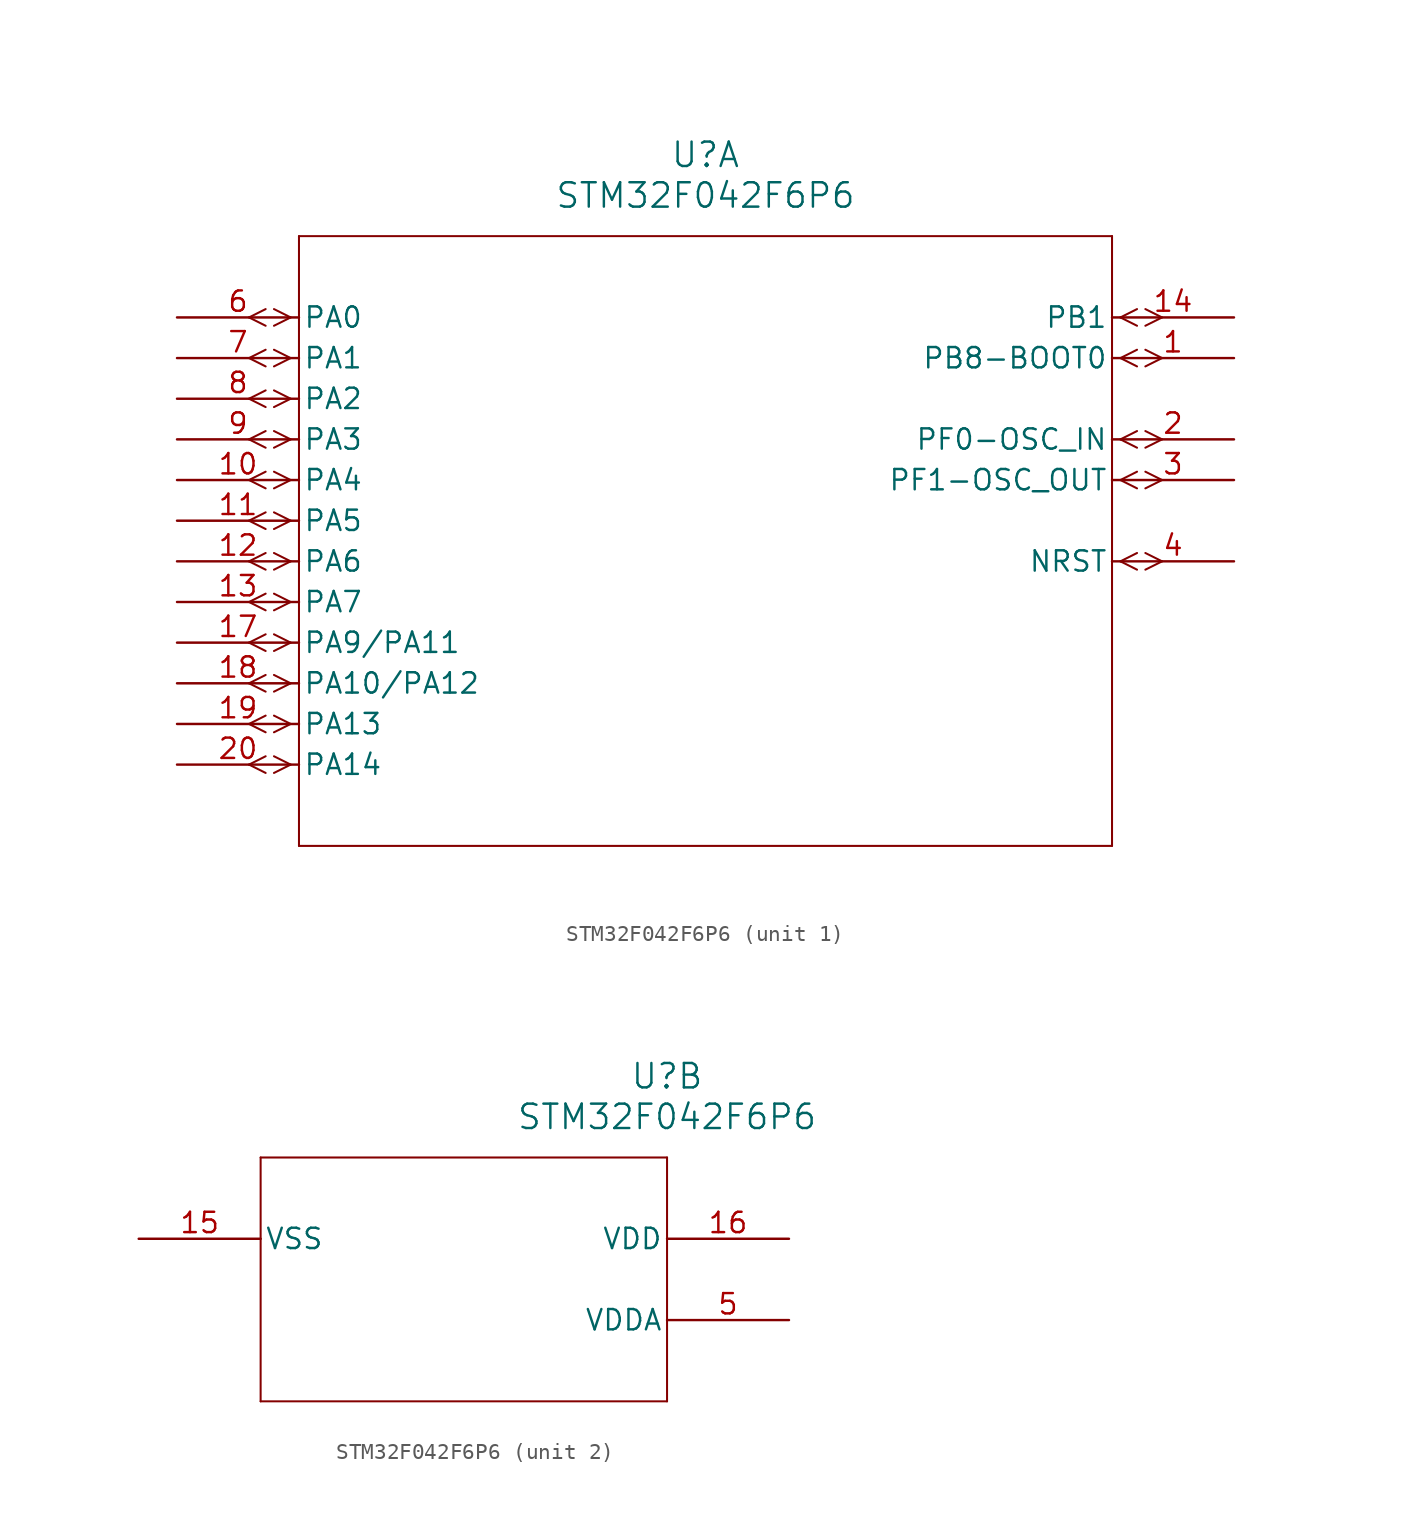
<source format=kicad_sym>
(kicad_symbol_lib
  (version 20211014)
  (generator kicad_symbol_editor)
  (symbol "STM32F042F6P6"
    (pin_names
      (offset 0.254))
    (property "Reference" "U"
      (at 33.02 10.16 0)
      (effects (font (size 1.524 1.524))))
    (property "Value" "STM32F042F6P6"
      (at 33.02 7.62 0)
      (effects (font (size 1.524 1.524))))
    (symbol "STM32F042F6P6_1_1"
      (polyline (pts (xy 7.099 0) (xy 6.058 0.521)) (stroke (width 0.127) (type default) (color 0 0 0 0)) (fill (type none)))
      (polyline (pts (xy 7.099 0) (xy 6.058 -0.521)) (stroke (width 0.127) (type default) (color 0 0 0 0)) (fill (type none)))
      (polyline (pts (xy 5.537 0.521) (xy 4.496 0)) (stroke (width 0.127) (type default) (color 0 0 0 0)) (fill (type none)))
      (polyline (pts (xy 5.537 -0.521) (xy 4.496 0)) (stroke (width 0.127) (type default) (color 0 0 0 0)) (fill (type none)))
      (polyline (pts (xy 7.099 -2.54) (xy 6.058 -2.019)) (stroke (width 0.127) (type default) (color 0 0 0 0)) (fill (type none)))
      (polyline (pts (xy 7.099 -2.54) (xy 6.058 -3.061)) (stroke (width 0.127) (type default) (color 0 0 0 0)) (fill (type none)))
      (polyline (pts (xy 5.537 -2.019) (xy 4.496 -2.54)) (stroke (width 0.127) (type default) (color 0 0 0 0)) (fill (type none)))
      (polyline (pts (xy 5.537 -3.061) (xy 4.496 -2.54)) (stroke (width 0.127) (type default) (color 0 0 0 0)) (fill (type none)))
      (polyline (pts (xy 7.099 -5.08) (xy 6.058 -4.559)) (stroke (width 0.127) (type default) (color 0 0 0 0)) (fill (type none)))
      (polyline (pts (xy 7.099 -5.08) (xy 6.058 -5.601)) (stroke (width 0.127) (type default) (color 0 0 0 0)) (fill (type none)))
      (polyline (pts (xy 5.537 -4.559) (xy 4.496 -5.08)) (stroke (width 0.127) (type default) (color 0 0 0 0)) (fill (type none)))
      (polyline (pts (xy 5.537 -5.601) (xy 4.496 -5.08)) (stroke (width 0.127) (type default) (color 0 0 0 0)) (fill (type none)))
      (polyline (pts (xy 7.099 -7.62) (xy 6.058 -7.099)) (stroke (width 0.127) (type default) (color 0 0 0 0)) (fill (type none)))
      (polyline (pts (xy 7.099 -7.62) (xy 6.058 -8.141)) (stroke (width 0.127) (type default) (color 0 0 0 0)) (fill (type none)))
      (polyline (pts (xy 5.537 -7.099) (xy 4.496 -7.62)) (stroke (width 0.127) (type default) (color 0 0 0 0)) (fill (type none)))
      (polyline (pts (xy 5.537 -8.141) (xy 4.496 -7.62)) (stroke (width 0.127) (type default) (color 0 0 0 0)) (fill (type none)))
      (polyline (pts (xy 7.099 -10.16) (xy 6.058 -9.639)) (stroke (width 0.127) (type default) (color 0 0 0 0)) (fill (type none)))
      (polyline (pts (xy 7.099 -10.16) (xy 6.058 -10.681)) (stroke (width 0.127) (type default) (color 0 0 0 0)) (fill (type none)))
      (polyline (pts (xy 5.537 -9.639) (xy 4.496 -10.16)) (stroke (width 0.127) (type default) (color 0 0 0 0)) (fill (type none)))
      (polyline (pts (xy 5.537 -10.681) (xy 4.496 -10.16)) (stroke (width 0.127) (type default) (color 0 0 0 0)) (fill (type none)))
      (polyline (pts (xy 7.099 -12.7) (xy 6.058 -12.179)) (stroke (width 0.127) (type default) (color 0 0 0 0)) (fill (type none)))
      (polyline (pts (xy 7.099 -12.7) (xy 6.058 -13.221)) (stroke (width 0.127) (type default) (color 0 0 0 0)) (fill (type none)))
      (polyline (pts (xy 5.537 -12.179) (xy 4.496 -12.7)) (stroke (width 0.127) (type default) (color 0 0 0 0)) (fill (type none)))
      (polyline (pts (xy 5.537 -13.221) (xy 4.496 -12.7)) (stroke (width 0.127) (type default) (color 0 0 0 0)) (fill (type none)))
      (polyline (pts (xy 7.099 -15.24) (xy 6.058 -14.719)) (stroke (width 0.127) (type default) (color 0 0 0 0)) (fill (type none)))
      (polyline (pts (xy 7.099 -15.24) (xy 6.058 -15.761)) (stroke (width 0.127) (type default) (color 0 0 0 0)) (fill (type none)))
      (polyline (pts (xy 5.537 -14.719) (xy 4.496 -15.24)) (stroke (width 0.127) (type default) (color 0 0 0 0)) (fill (type none)))
      (polyline (pts (xy 5.537 -15.761) (xy 4.496 -15.24)) (stroke (width 0.127) (type default) (color 0 0 0 0)) (fill (type none)))
      (polyline (pts (xy 7.099 -17.78) (xy 6.058 -17.259)) (stroke (width 0.127) (type default) (color 0 0 0 0)) (fill (type none)))
      (polyline (pts (xy 7.099 -17.78) (xy 6.058 -18.301)) (stroke (width 0.127) (type default) (color 0 0 0 0)) (fill (type none)))
      (polyline (pts (xy 5.537 -17.259) (xy 4.496 -17.78)) (stroke (width 0.127) (type default) (color 0 0 0 0)) (fill (type none)))
      (polyline (pts (xy 5.537 -18.301) (xy 4.496 -17.78)) (stroke (width 0.127) (type default) (color 0 0 0 0)) (fill (type none)))
      (polyline (pts (xy 7.099 -20.32) (xy 6.058 -19.799)) (stroke (width 0.127) (type default) (color 0 0 0 0)) (fill (type none)))
      (polyline (pts (xy 7.099 -20.32) (xy 6.058 -20.841)) (stroke (width 0.127) (type default) (color 0 0 0 0)) (fill (type none)))
      (polyline (pts (xy 5.537 -19.799) (xy 4.496 -20.32)) (stroke (width 0.127) (type default) (color 0 0 0 0)) (fill (type none)))
      (polyline (pts (xy 5.537 -20.841) (xy 4.496 -20.32)) (stroke (width 0.127) (type default) (color 0 0 0 0)) (fill (type none)))
      (polyline (pts (xy 7.099 -22.86) (xy 6.058 -22.339)) (stroke (width 0.127) (type default) (color 0 0 0 0)) (fill (type none)))
      (polyline (pts (xy 7.099 -22.86) (xy 6.058 -23.381)) (stroke (width 0.127) (type default) (color 0 0 0 0)) (fill (type none)))
      (polyline (pts (xy 5.537 -22.339) (xy 4.496 -22.86)) (stroke (width 0.127) (type default) (color 0 0 0 0)) (fill (type none)))
      (polyline (pts (xy 5.537 -23.381) (xy 4.496 -22.86)) (stroke (width 0.127) (type default) (color 0 0 0 0)) (fill (type none)))
      (polyline (pts (xy 7.099 -25.4) (xy 6.058 -24.879)) (stroke (width 0.127) (type default) (color 0 0 0 0)) (fill (type none)))
      (polyline (pts (xy 7.099 -25.4) (xy 6.058 -25.921)) (stroke (width 0.127) (type default) (color 0 0 0 0)) (fill (type none)))
      (polyline (pts (xy 5.537 -24.879) (xy 4.496 -25.4)) (stroke (width 0.127) (type default) (color 0 0 0 0)) (fill (type none)))
      (polyline (pts (xy 5.537 -25.921) (xy 4.496 -25.4)) (stroke (width 0.127) (type default) (color 0 0 0 0)) (fill (type none)))
      (polyline (pts (xy 7.099 -27.94) (xy 6.058 -27.419)) (stroke (width 0.127) (type default) (color 0 0 0 0)) (fill (type none)))
      (polyline (pts (xy 7.099 -27.94) (xy 6.058 -28.461)) (stroke (width 0.127) (type default) (color 0 0 0 0)) (fill (type none)))
      (polyline (pts (xy 5.537 -27.419) (xy 4.496 -27.94)) (stroke (width 0.127) (type default) (color 0 0 0 0)) (fill (type none)))
      (polyline (pts (xy 5.537 -28.461) (xy 4.496 -27.94)) (stroke (width 0.127) (type default) (color 0 0 0 0)) (fill (type none)))
      (polyline (pts (xy 58.941 0) (xy 59.982 0.521)) (stroke (width 0.127) (type default) (color 0 0 0 0)) (fill (type none)))
      (polyline (pts (xy 58.941 0) (xy 59.982 -0.521)) (stroke (width 0.127) (type default) (color 0 0 0 0)) (fill (type none)))
      (polyline (pts (xy 60.503 0.521) (xy 61.544 0)) (stroke (width 0.127) (type default) (color 0 0 0 0)) (fill (type none)))
      (polyline (pts (xy 60.503 -0.521) (xy 61.544 0)) (stroke (width 0.127) (type default) (color 0 0 0 0)) (fill (type none)))
      (polyline (pts (xy 58.941 -2.54) (xy 59.982 -2.019)) (stroke (width 0.127) (type default) (color 0 0 0 0)) (fill (type none)))
      (polyline (pts (xy 58.941 -2.54) (xy 59.982 -3.061)) (stroke (width 0.127) (type default) (color 0 0 0 0)) (fill (type none)))
      (polyline (pts (xy 60.503 -2.019) (xy 61.544 -2.54)) (stroke (width 0.127) (type default) (color 0 0 0 0)) (fill (type none)))
      (polyline (pts (xy 60.503 -3.061) (xy 61.544 -2.54)) (stroke (width 0.127) (type default) (color 0 0 0 0)) (fill (type none)))
      (polyline (pts (xy 58.941 -7.62) (xy 59.982 -7.099)) (stroke (width 0.127) (type default) (color 0 0 0 0)) (fill (type none)))
      (polyline (pts (xy 58.941 -7.62) (xy 59.982 -8.141)) (stroke (width 0.127) (type default) (color 0 0 0 0)) (fill (type none)))
      (polyline (pts (xy 60.503 -7.099) (xy 61.544 -7.62)) (stroke (width 0.127) (type default) (color 0 0 0 0)) (fill (type none)))
      (polyline (pts (xy 60.503 -8.141) (xy 61.544 -7.62)) (stroke (width 0.127) (type default) (color 0 0 0 0)) (fill (type none)))
      (polyline (pts (xy 58.941 -10.16) (xy 59.982 -9.639)) (stroke (width 0.127) (type default) (color 0 0 0 0)) (fill (type none)))
      (polyline (pts (xy 58.941 -10.16) (xy 59.982 -10.681)) (stroke (width 0.127) (type default) (color 0 0 0 0)) (fill (type none)))
      (polyline (pts (xy 60.503 -9.639) (xy 61.544 -10.16)) (stroke (width 0.127) (type default) (color 0 0 0 0)) (fill (type none)))
      (polyline (pts (xy 60.503 -10.681) (xy 61.544 -10.16)) (stroke (width 0.127) (type default) (color 0 0 0 0)) (fill (type none)))
      (polyline (pts (xy 58.941 -15.24) (xy 59.982 -14.719)) (stroke (width 0.127) (type default) (color 0 0 0 0)) (fill (type none)))
      (polyline (pts (xy 58.941 -15.24) (xy 59.982 -15.761)) (stroke (width 0.127) (type default) (color 0 0 0 0)) (fill (type none)))
      (polyline (pts (xy 60.503 -14.719) (xy 61.544 -15.24)) (stroke (width 0.127) (type default) (color 0 0 0 0)) (fill (type none)))
      (polyline (pts (xy 60.503 -15.761) (xy 61.544 -15.24)) (stroke (width 0.127) (type default) (color 0 0 0 0)) (fill (type none)))
      (polyline (pts (xy 7.62 5.08) (xy 7.62 -33.02)) (stroke (width 0.127) (type default) (color 0 0 0 0)) (fill (type none)))
      (polyline (pts (xy 7.62 -33.02) (xy 58.42 -33.02)) (stroke (width 0.127) (type default) (color 0 0 0 0)) (fill (type none)))
      (polyline (pts (xy 58.42 -33.02) (xy 58.42 5.08)) (stroke (width 0.127) (type default) (color 0 0 0 0)) (fill (type none)))
      (polyline (pts (xy 58.42 5.08) (xy 7.62 5.08)) (stroke (width 0.127) (type default) (color 0 0 0 0)) (fill (type none)))
      (pin bidirectional line (at 66.04 -2.54 180) (length 7.62) (name "PB8-BOOT0" (effects (font (size 1.27 1.27)))) (number "1" (effects (font (size 1.27 1.27)))))
      (pin bidirectional line (at 66.04 -7.62 180) (length 7.62) (name "PF0-OSC_IN" (effects (font (size 1.27 1.27)))) (number "2" (effects (font (size 1.27 1.27)))))
      (pin bidirectional line (at 66.04 -10.16 180) (length 7.62) (name "PF1-OSC_OUT" (effects (font (size 1.27 1.27)))) (number "3" (effects (font (size 1.27 1.27)))))
      (pin bidirectional line (at 66.04 -15.24 180) (length 7.62) (name "NRST" (effects (font (size 1.27 1.27)))) (number "4" (effects (font (size 1.27 1.27)))))
      (pin bidirectional line (at 0 0 0) (length 7.62) (name "PA0" (effects (font (size 1.27 1.27)))) (number "6" (effects (font (size 1.27 1.27)))))
      (pin bidirectional line (at 0 -2.54 0) (length 7.62) (name "PA1" (effects (font (size 1.27 1.27)))) (number "7" (effects (font (size 1.27 1.27)))))
      (pin bidirectional line (at 0 -5.08 0) (length 7.62) (name "PA2" (effects (font (size 1.27 1.27)))) (number "8" (effects (font (size 1.27 1.27)))))
      (pin bidirectional line (at 0 -7.62 0) (length 7.62) (name "PA3" (effects (font (size 1.27 1.27)))) (number "9" (effects (font (size 1.27 1.27)))))
      (pin bidirectional line (at 0 -10.16 0) (length 7.62) (name "PA4" (effects (font (size 1.27 1.27)))) (number "10" (effects (font (size 1.27 1.27)))))
      (pin bidirectional line (at 0 -12.7 0) (length 7.62) (name "PA5" (effects (font (size 1.27 1.27)))) (number "11" (effects (font (size 1.27 1.27)))))
      (pin bidirectional line (at 0 -15.24 0) (length 7.62) (name "PA6" (effects (font (size 1.27 1.27)))) (number "12" (effects (font (size 1.27 1.27)))))
      (pin bidirectional line (at 0 -17.78 0) (length 7.62) (name "PA7" (effects (font (size 1.27 1.27)))) (number "13" (effects (font (size 1.27 1.27)))))
      (pin bidirectional line (at 66.04 0 180) (length 7.62) (name "PB1" (effects (font (size 1.27 1.27)))) (number "14" (effects (font (size 1.27 1.27)))))
      (pin bidirectional line (at 0 -20.32 0) (length 7.62) (name "PA9/PA11" (effects (font (size 1.27 1.27)))) (number "17" (effects (font (size 1.27 1.27)))))
      (pin bidirectional line (at 0 -22.86 0) (length 7.62) (name "PA10/PA12" (effects (font (size 1.27 1.27)))) (number "18" (effects (font (size 1.27 1.27)))))
      (pin bidirectional line (at 0 -25.4 0) (length 7.62) (name "PA13" (effects (font (size 1.27 1.27)))) (number "19" (effects (font (size 1.27 1.27)))))
      (pin bidirectional line (at 0 -27.94 0) (length 7.62) (name "PA14" (effects (font (size 1.27 1.27)))) (number "20" (effects (font (size 1.27 1.27))))))
    (symbol "STM32F042F6P6_2_1"
      (polyline (pts (xy 7.62 5.08) (xy 7.62 -10.16)) (stroke (width 0.127) (type default) (color 0 0 0 0)) (fill (type none)))
      (polyline (pts (xy 7.62 -10.16) (xy 33.02 -10.16)) (stroke (width 0.127) (type default) (color 0 0 0 0)) (fill (type none)))
      (polyline (pts (xy 33.02 -10.16) (xy 33.02 5.08)) (stroke (width 0.127) (type default) (color 0 0 0 0)) (fill (type none)))
      (polyline (pts (xy 33.02 5.08) (xy 7.62 5.08)) (stroke (width 0.127) (type default) (color 0 0 0 0)) (fill (type none)))
      (pin power_in line (at 40.64 -5.08 180) (length 7.62) (name "VDDA" (effects (font (size 1.27 1.27)))) (number "5" (effects (font (size 1.27 1.27)))))
      (pin power_in line (at 0 0 0) (length 7.62) (name "VSS" (effects (font (size 1.27 1.27)))) (number "15" (effects (font (size 1.27 1.27)))))
      (pin power_in line (at 40.64 0 180) (length 7.62) (name "VDD" (effects (font (size 1.27 1.27)))) (number "16" (effects (font (size 1.27 1.27))))))))
</source>
